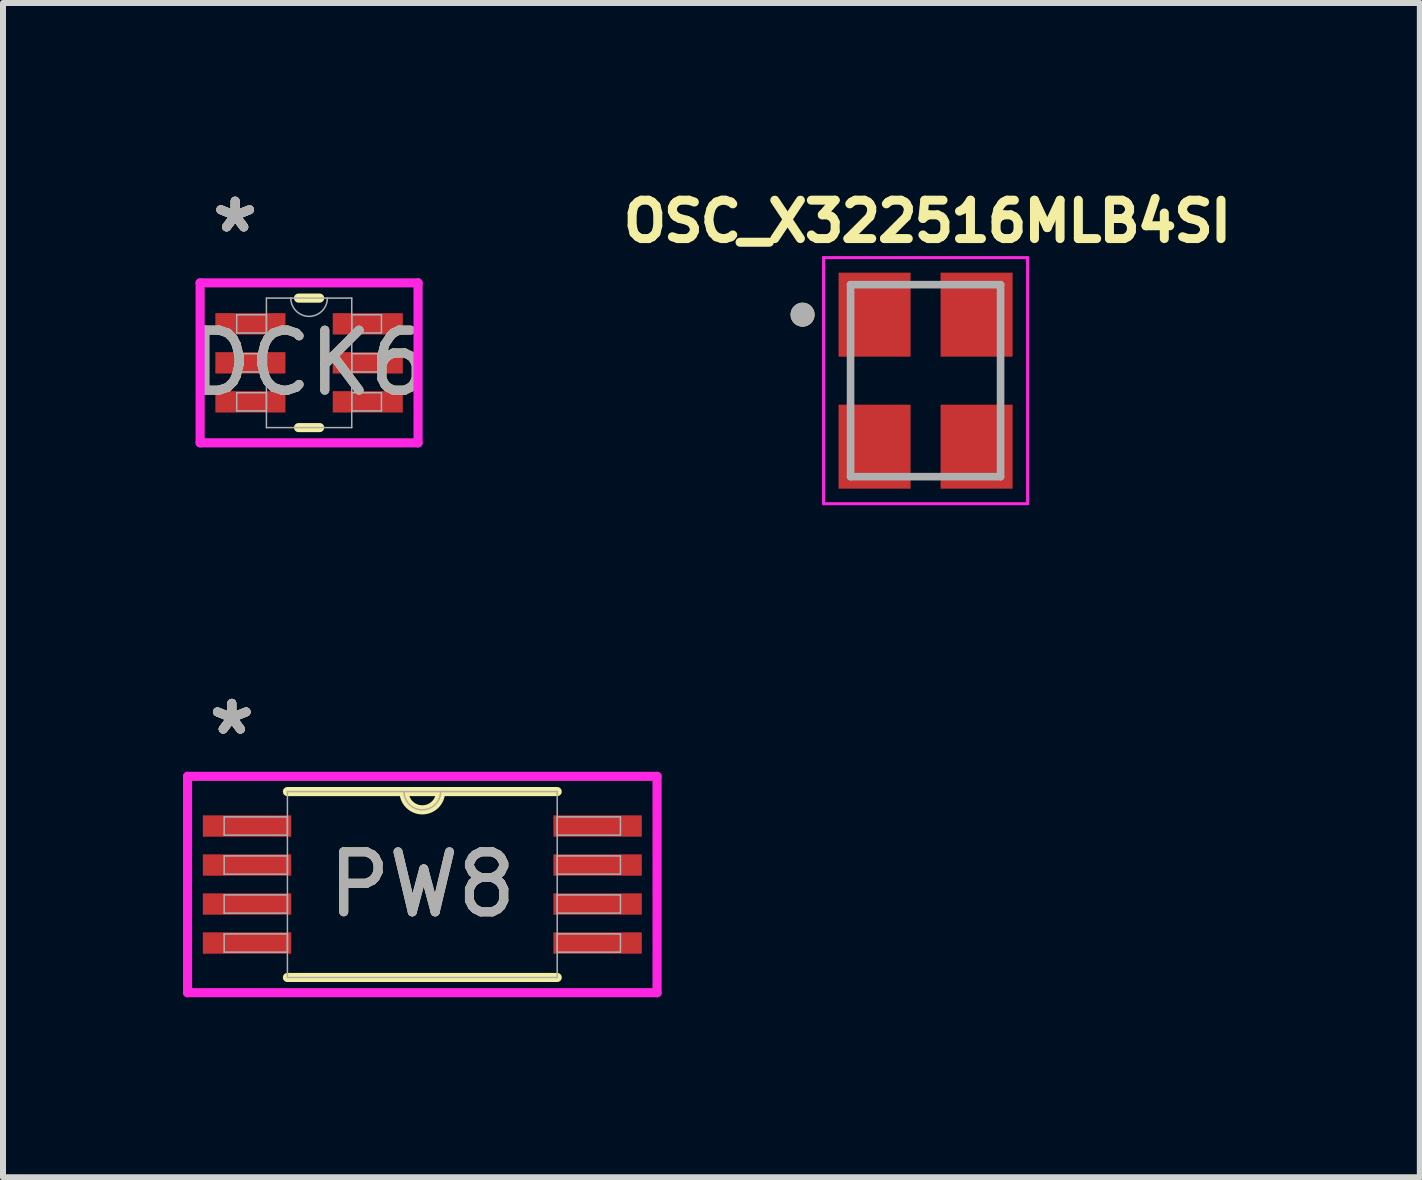
<source format=kicad_pcb>
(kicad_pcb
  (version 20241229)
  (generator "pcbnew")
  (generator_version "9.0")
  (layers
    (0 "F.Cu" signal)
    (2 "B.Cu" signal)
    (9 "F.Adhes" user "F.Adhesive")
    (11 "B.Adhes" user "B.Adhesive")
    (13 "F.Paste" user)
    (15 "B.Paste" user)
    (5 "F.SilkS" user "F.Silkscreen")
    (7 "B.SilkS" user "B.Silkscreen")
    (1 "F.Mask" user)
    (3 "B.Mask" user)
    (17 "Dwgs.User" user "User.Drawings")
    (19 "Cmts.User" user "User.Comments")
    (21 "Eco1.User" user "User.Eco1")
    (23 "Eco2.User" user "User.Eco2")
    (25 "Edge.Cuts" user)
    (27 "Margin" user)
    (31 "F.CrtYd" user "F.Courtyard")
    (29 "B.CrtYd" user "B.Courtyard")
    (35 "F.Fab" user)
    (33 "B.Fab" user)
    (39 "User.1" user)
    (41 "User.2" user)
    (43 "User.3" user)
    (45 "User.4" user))
  (footprint "PW8"
    (layer "F.Cu")
    (at 3.988 11.691)
    (property "Reference" "PW8" (at 0 0 0) (unlocked yes) (layer "F.SilkS") (effects (font (size 1 1) (thickness 0.15))))
    (attr smd)
    (fp_line (start -2.248 1.549) (end 2.248 1.549) (stroke (width 0.152) (type solid)) (layer "F.SilkS"))
    (fp_line (start 2.248 -1.549) (end -2.248 -1.549) (stroke (width 0.152) (type solid)) (layer "F.SilkS"))
    (fp_arc (start 0.3048 -1.5494) (mid 0 -1.2446) (end -0.3048 -1.5494) (stroke (width 0.1524) (type solid)) (layer "F.SilkS"))
    (fp_line (start -3.912 -1.803) (end 3.912 -1.803) (stroke (width 0.152) (type solid)) (layer "F.CrtYd"))
    (fp_line (start -3.912 1.803) (end -3.912 -1.803) (stroke (width 0.152) (type solid)) (layer "F.CrtYd"))
    (fp_line (start 3.912 -1.803) (end 3.912 1.803) (stroke (width 0.152) (type solid)) (layer "F.CrtYd"))
    (fp_line (start 3.912 1.803) (end -3.912 1.803) (stroke (width 0.152) (type solid)) (layer "F.CrtYd"))
    (fp_line (start -3.302 -1.127) (end -3.302 -0.823) (stroke (width 0.025) (type solid)) (layer "F.Fab"))
    (fp_line (start -3.302 -0.823) (end -2.248 -0.823) (stroke (width 0.025) (type solid)) (layer "F.Fab"))
    (fp_line (start -3.302 -0.477) (end -3.302 -0.173) (stroke (width 0.025) (type solid)) (layer "F.Fab"))
    (fp_line (start -3.302 -0.173) (end -2.248 -0.173) (stroke (width 0.025) (type solid)) (layer "F.Fab"))
    (fp_line (start -3.302 0.173) (end -3.302 0.477) (stroke (width 0.025) (type solid)) (layer "F.Fab"))
    (fp_line (start -3.302 0.477) (end -2.248 0.477) (stroke (width 0.025) (type solid)) (layer "F.Fab"))
    (fp_line (start -3.302 0.823) (end -3.302 1.127) (stroke (width 0.025) (type solid)) (layer "F.Fab"))
    (fp_line (start -3.302 1.127) (end -2.248 1.127) (stroke (width 0.025) (type solid)) (layer "F.Fab"))
    (fp_line (start -2.248 -1.549) (end -2.248 1.549) (stroke (width 0.025) (type solid)) (layer "F.Fab"))
    (fp_line (start -2.248 -1.127) (end -3.302 -1.127) (stroke (width 0.025) (type solid)) (layer "F.Fab"))
    (fp_line (start -2.248 -0.823) (end -2.248 -1.127) (stroke (width 0.025) (type solid)) (layer "F.Fab"))
    (fp_line (start -2.248 -0.477) (end -3.302 -0.477) (stroke (width 0.025) (type solid)) (layer "F.Fab"))
    (fp_line (start -2.248 -0.173) (end -2.248 -0.477) (stroke (width 0.025) (type solid)) (layer "F.Fab"))
    (fp_line (start -2.248 0.173) (end -3.302 0.173) (stroke (width 0.025) (type solid)) (layer "F.Fab"))
    (fp_line (start -2.248 0.477) (end -2.248 0.173) (stroke (width 0.025) (type solid)) (layer "F.Fab"))
    (fp_line (start -2.248 0.823) (end -3.302 0.823) (stroke (width 0.025) (type solid)) (layer "F.Fab"))
    (fp_line (start -2.248 1.127) (end -2.248 0.823) (stroke (width 0.025) (type solid)) (layer "F.Fab"))
    (fp_line (start -2.248 1.549) (end 2.248 1.549) (stroke (width 0.025) (type solid)) (layer "F.Fab"))
    (fp_line (start 2.248 -1.549) (end -2.248 -1.549) (stroke (width 0.025) (type solid)) (layer "F.Fab"))
    (fp_line (start 2.248 -1.127) (end 2.248 -0.823) (stroke (width 0.025) (type solid)) (layer "F.Fab"))
    (fp_line (start 2.248 -0.823) (end 3.302 -0.823) (stroke (width 0.025) (type solid)) (layer "F.Fab"))
    (fp_line (start 2.248 -0.477) (end 2.248 -0.173) (stroke (width 0.025) (type solid)) (layer "F.Fab"))
    (fp_line (start 2.248 -0.173) (end 3.302 -0.173) (stroke (width 0.025) (type solid)) (layer "F.Fab"))
    (fp_line (start 2.248 0.173) (end 2.248 0.477) (stroke (width 0.025) (type solid)) (layer "F.Fab"))
    (fp_line (start 2.248 0.477) (end 3.302 0.477) (stroke (width 0.025) (type solid)) (layer "F.Fab"))
    (fp_line (start 2.248 0.823) (end 2.248 1.127) (stroke (width 0.025) (type solid)) (layer "F.Fab"))
    (fp_line (start 2.248 1.127) (end 3.302 1.127) (stroke (width 0.025) (type solid)) (layer "F.Fab"))
    (fp_line (start 2.248 1.549) (end 2.248 -1.549) (stroke (width 0.025) (type solid)) (layer "F.Fab"))
    (fp_line (start 3.302 -1.127) (end 2.248 -1.127) (stroke (width 0.025) (type solid)) (layer "F.Fab"))
    (fp_line (start 3.302 -0.823) (end 3.302 -1.127) (stroke (width 0.025) (type solid)) (layer "F.Fab"))
    (fp_line (start 3.302 -0.477) (end 2.248 -0.477) (stroke (width 0.025) (type solid)) (layer "F.Fab"))
    (fp_line (start 3.302 -0.173) (end 3.302 -0.477) (stroke (width 0.025) (type solid)) (layer "F.Fab"))
    (fp_line (start 3.302 0.173) (end 2.248 0.173) (stroke (width 0.025) (type solid)) (layer "F.Fab"))
    (fp_line (start 3.302 0.477) (end 3.302 0.173) (stroke (width 0.025) (type solid)) (layer "F.Fab"))
    (fp_line (start 3.302 0.823) (end 2.248 0.823) (stroke (width 0.025) (type solid)) (layer "F.Fab"))
    (fp_line (start 3.302 1.127) (end 3.302 0.823) (stroke (width 0.025) (type solid)) (layer "F.Fab"))
    (fp_arc (start 0.3048 -1.5494) (mid 0 -1.2446) (end -0.3048 -1.5494) (stroke (width 0.0254) (type solid)) (layer "F.Fab"))
    (fp_text user "*" (at -3.175 -2.474 0) (unlocked yes) (layer "F.SilkS") (effects (font (size 1 1) (thickness 0.15))))
    (fp_text user "*" (at -3.175 -2.474 0) (layer "F.SilkS") (effects (font (size 1 1) (thickness 0.15))))
    (fp_text user "*" (at -3.175 -2.474 0) (layer "F.Fab") (effects (font (size 1 1) (thickness 0.15))))
    (fp_text user "${REFERENCE}" (at 0 0 0) (unlocked yes) (layer "F.Fab") (effects (font (size 1 1) (thickness 0.15))))
    (fp_text user "*" (at -3.175 -2.474 0) (unlocked yes) (layer "F.Fab") (effects (font (size 1 1) (thickness 0.15))))
    (pad "1" smd rect (at -2.921 -0.975) (size 1.473 0.356) (layers "F.Cu" "F.Mask" "F.Paste"))
    (pad "2" smd rect (at -2.921 -0.325) (size 1.473 0.356) (layers "F.Cu" "F.Mask" "F.Paste"))
    (pad "3" smd rect (at -2.921 0.325) (size 1.473 0.356) (layers "F.Cu" "F.Mask" "F.Paste"))
    (pad "4" smd rect (at -2.921 0.975) (size 1.473 0.356) (layers "F.Cu" "F.Mask" "F.Paste"))
    (pad "5" smd rect (at 2.921 0.975) (size 1.473 0.356) (layers "F.Cu" "F.Mask" "F.Paste"))
    (pad "6" smd rect (at 2.921 0.325) (size 1.473 0.356) (layers "F.Cu" "F.Mask" "F.Paste"))
    (pad "7" smd rect (at 2.921 -0.325) (size 1.473 0.356) (layers "F.Cu" "F.Mask" "F.Paste"))
    (pad "8" smd rect (at 2.921 -0.975) (size 1.473 0.356) (layers "F.Cu" "F.Mask" "F.Paste")))
  (footprint "DCK6"
    (layer "F.Cu")
    (at 2.101 2.997)
    (property "Reference" "DCK6" (at 0 0 0) (unlocked yes) (layer "F.SilkS") (effects (font (size 1 1) (thickness 0.15))))
    (attr smd)
    (fp_line (start -0.176 1.079) (end 0.176 1.079) (stroke (width 0.152) (type solid)) (layer "F.SilkS"))
    (fp_line (start 0.176 -1.079) (end -0.176 -1.079) (stroke (width 0.152) (type solid)) (layer "F.SilkS"))
    (fp_line (start -1.816 -1.333) (end 1.816 -1.333) (stroke (width 0.152) (type solid)) (layer "F.CrtYd"))
    (fp_line (start -1.816 1.333) (end -1.816 -1.333) (stroke (width 0.152) (type solid)) (layer "F.CrtYd"))
    (fp_line (start 1.816 -1.333) (end 1.816 1.333) (stroke (width 0.152) (type solid)) (layer "F.CrtYd"))
    (fp_line (start 1.816 1.333) (end -1.816 1.333) (stroke (width 0.152) (type solid)) (layer "F.CrtYd"))
    (fp_line (start -1.206 -0.802) (end -1.206 -0.498) (stroke (width 0.025) (type solid)) (layer "F.Fab"))
    (fp_line (start -1.206 -0.498) (end -0.711 -0.498) (stroke (width 0.025) (type solid)) (layer "F.Fab"))
    (fp_line (start -1.206 -0.152) (end -1.206 0.152) (stroke (width 0.025) (type solid)) (layer "F.Fab"))
    (fp_line (start -1.206 0.152) (end -0.711 0.152) (stroke (width 0.025) (type solid)) (layer "F.Fab"))
    (fp_line (start -1.206 0.498) (end -1.206 0.802) (stroke (width 0.025) (type solid)) (layer "F.Fab"))
    (fp_line (start -1.206 0.802) (end -0.711 0.802) (stroke (width 0.025) (type solid)) (layer "F.Fab"))
    (fp_line (start -0.711 -1.079) (end -0.711 1.079) (stroke (width 0.025) (type solid)) (layer "F.Fab"))
    (fp_line (start -0.711 -0.802) (end -1.206 -0.802) (stroke (width 0.025) (type solid)) (layer "F.Fab"))
    (fp_line (start -0.711 -0.498) (end -0.711 -0.802) (stroke (width 0.025) (type solid)) (layer "F.Fab"))
    (fp_line (start -0.711 -0.152) (end -1.206 -0.152) (stroke (width 0.025) (type solid)) (layer "F.Fab"))
    (fp_line (start -0.711 0.152) (end -0.711 -0.152) (stroke (width 0.025) (type solid)) (layer "F.Fab"))
    (fp_line (start -0.711 0.498) (end -1.206 0.498) (stroke (width 0.025) (type solid)) (layer "F.Fab"))
    (fp_line (start -0.711 0.802) (end -0.711 0.498) (stroke (width 0.025) (type solid)) (layer "F.Fab"))
    (fp_line (start -0.711 1.079) (end 0.711 1.079) (stroke (width 0.025) (type solid)) (layer "F.Fab"))
    (fp_line (start 0.711 -1.079) (end -0.711 -1.079) (stroke (width 0.025) (type solid)) (layer "F.Fab"))
    (fp_line (start 0.711 -0.802) (end 0.711 -0.498) (stroke (width 0.025) (type solid)) (layer "F.Fab"))
    (fp_line (start 0.711 -0.498) (end 1.206 -0.498) (stroke (width 0.025) (type solid)) (layer "F.Fab"))
    (fp_line (start 0.711 -0.152) (end 0.711 0.152) (stroke (width 0.025) (type solid)) (layer "F.Fab"))
    (fp_line (start 0.711 0.152) (end 1.206 0.152) (stroke (width 0.025) (type solid)) (layer "F.Fab"))
    (fp_line (start 0.711 0.498) (end 0.711 0.802) (stroke (width 0.025) (type solid)) (layer "F.Fab"))
    (fp_line (start 0.711 0.802) (end 1.206 0.802) (stroke (width 0.025) (type solid)) (layer "F.Fab"))
    (fp_line (start 0.711 1.079) (end 0.711 -1.079) (stroke (width 0.025) (type solid)) (layer "F.Fab"))
    (fp_line (start 1.206 -0.802) (end 0.711 -0.802) (stroke (width 0.025) (type solid)) (layer "F.Fab"))
    (fp_line (start 1.206 -0.498) (end 1.206 -0.802) (stroke (width 0.025) (type solid)) (layer "F.Fab"))
    (fp_line (start 1.206 -0.152) (end 0.711 -0.152) (stroke (width 0.025) (type solid)) (layer "F.Fab"))
    (fp_line (start 1.206 0.152) (end 1.206 -0.152) (stroke (width 0.025) (type solid)) (layer "F.Fab"))
    (fp_line (start 1.206 0.498) (end 0.711 0.498) (stroke (width 0.025) (type solid)) (layer "F.Fab"))
    (fp_line (start 1.206 0.802) (end 1.206 0.498) (stroke (width 0.025) (type solid)) (layer "F.Fab"))
    (fp_arc (start 0.3048 -1.0795) (mid 0 -0.7747) (end -0.3048 -1.0795) (stroke (width 0.0254) (type solid)) (layer "F.Fab"))
    (fp_text user "*" (at -1.232 -2.149 0) (layer "F.SilkS") (effects (font (size 1 1) (thickness 0.15))))
    (fp_text user "*" (at -1.232 -2.149 0) (unlocked yes) (layer "F.SilkS") (effects (font (size 1 1) (thickness 0.15))))
    (fp_text user "${REFERENCE}" (at 0 0 0) (unlocked yes) (layer "F.Fab") (effects (font (size 1 1) (thickness 0.15))))
    (fp_text user "*" (at -1.232 -2.149 0) (layer "F.Fab") (effects (font (size 1 1) (thickness 0.15))))
    (fp_text user "*" (at -1.232 -2.149 0) (unlocked yes) (layer "F.Fab") (effects (font (size 1 1) (thickness 0.15))))
    (pad "1" smd rect (at -0.978 -0.65) (size 1.168 0.356) (layers "F.Cu" "F.Mask" "F.Paste"))
    (pad "2" smd rect (at -0.978 0) (size 1.168 0.356) (layers "F.Cu" "F.Mask" "F.Paste"))
    (pad "3" smd rect (at -0.978 0.65) (size 1.168 0.356) (layers "F.Cu" "F.Mask" "F.Paste"))
    (pad "4" smd rect (at 0.978 0.65) (size 1.168 0.356) (layers "F.Cu" "F.Mask" "F.Paste"))
    (pad "5" smd rect (at 0.978 0) (size 1.168 0.356) (layers "F.Cu" "F.Mask" "F.Paste"))
    (pad "6" smd rect (at 0.978 -0.65) (size 1.168 0.356) (layers "F.Cu" "F.Mask" "F.Paste")))
  (footprint "OSC_X322516MLB4SI"
    (layer "F.Cu")
    (at 12.375 3.294)
    (property "Reference" "OSC_X322516MLB4SI" (at 0.032 -2.656 180) (layer "F.SilkS") (effects (font (size 0.64 0.64) (thickness 0.15))))
    (attr smd)
    (fp_circle (center -2.05 -1.1) (end -1.95 -1.1) (stroke (width 0.2) (type solid)) (fill no) (layer "F.SilkS"))
    (fp_line (start -1.7 -2.05) (end 1.7 -2.05) (stroke (width 0.05) (type solid)) (layer "F.CrtYd"))
    (fp_line (start -1.7 2.05) (end -1.7 -2.05) (stroke (width 0.05) (type solid)) (layer "F.CrtYd"))
    (fp_line (start 1.7 -2.05) (end 1.7 2.05) (stroke (width 0.05) (type solid)) (layer "F.CrtYd"))
    (fp_line (start 1.7 2.05) (end -1.7 2.05) (stroke (width 0.05) (type solid)) (layer "F.CrtYd"))
    (fp_line (start -1.25 -1.6) (end 1.25 -1.6) (stroke (width 0.127) (type solid)) (layer "F.Fab"))
    (fp_line (start -1.25 1.6) (end -1.25 -1.6) (stroke (width 0.127) (type solid)) (layer "F.Fab"))
    (fp_line (start 1.25 -1.6) (end 1.25 1.6) (stroke (width 0.127) (type solid)) (layer "F.Fab"))
    (fp_line (start 1.25 1.6) (end -1.25 1.6) (stroke (width 0.127) (type solid)) (layer "F.Fab"))
    (fp_circle (center -2.05 -1.1) (end -1.95 -1.1) (stroke (width 0.2) (type solid)) (fill no) (layer "F.Fab"))
    (pad "1" smd rect (at -0.85 -1.1) (size 1.2 1.4) (layers "F.Cu" "F.Mask" "F.Paste"))
    (pad "2" smd rect (at -0.85 1.1) (size 1.2 1.4) (layers "F.Cu" "F.Mask" "F.Paste"))
    (pad "3" smd rect (at 0.85 1.1) (size 1.2 1.4) (layers "F.Cu" "F.Mask" "F.Paste"))
    (pad "4" smd rect (at 0.85 -1.1) (size 1.2 1.4) (layers "F.Cu" "F.Mask" "F.Paste")))
  (gr_rect
    (start -3 -3)
    (end 20.612 16.57)
    (stroke (width 0.1) (type default))
    (fill no)
    (layer "Edge.Cuts")))
</source>
